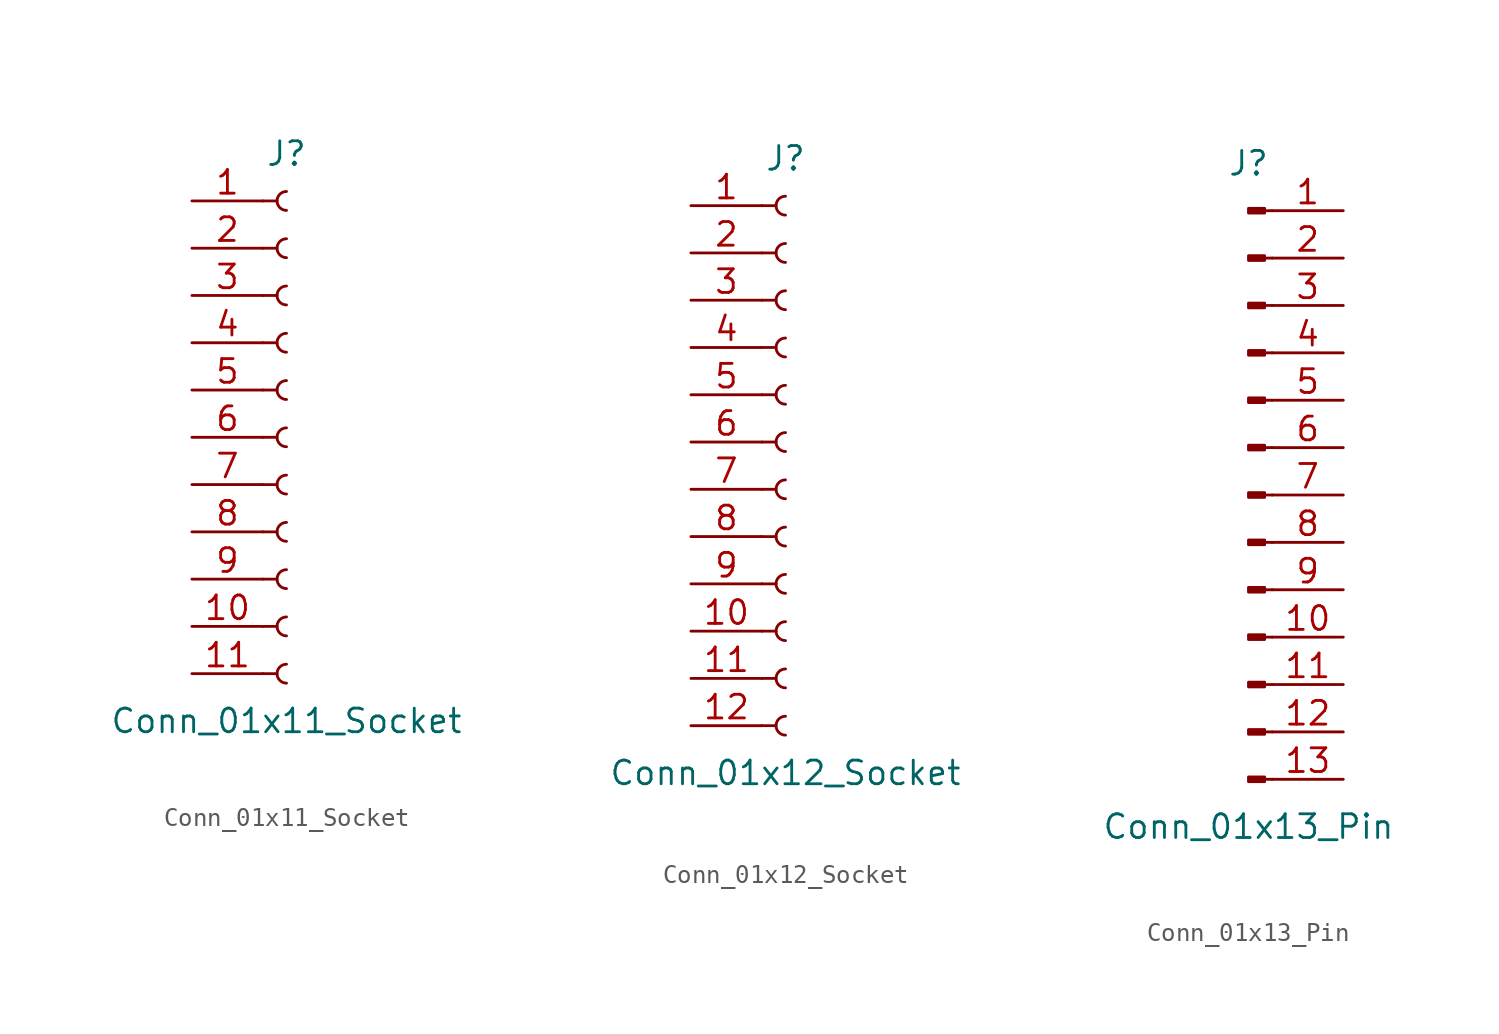
<source format=kicad_sym>
(kicad_symbol_lib
  (version 20220914)
  (generator kicad_symbol_editor)
  (symbol "Conn_01x11_Socket"
    (pin_names
      (offset 1.016) hide)
    (property "Reference" "J"
      (at 0 15.24 0)
      (effects (font (size 1.27 1.27))))
    (property "Value" "Conn_01x11_Socket"
      (at 0 -15.24 0)
      (effects (font (size 1.27 1.27))))
    (property "ki_locked" ""
      (at 0 0 0)
      (effects (font (size 1.27 1.27))))
    (symbol "Conn_01x11_Socket_1_1"
      (arc (start 0 -12.192) (mid -0.5058 -12.7) (end 0 -13.208) (stroke (width 0.1524) (type default)) (fill (type none)))
      (arc (start 0 -9.652) (mid -0.5058 -10.16) (end 0 -10.668) (stroke (width 0.1524) (type default)) (fill (type none)))
      (arc (start 0 -7.112) (mid -0.5058 -7.62) (end 0 -8.128) (stroke (width 0.1524) (type default)) (fill (type none)))
      (arc (start 0 -4.572) (mid -0.5058 -5.08) (end 0 -5.588) (stroke (width 0.1524) (type default)) (fill (type none)))
      (arc (start 0 -2.032) (mid -0.5058 -2.54) (end 0 -3.048) (stroke (width 0.1524) (type default)) (fill (type none)))
      (polyline (pts (xy -1.27 -12.7) (xy -0.508 -12.7)) (stroke (width 0.152) (type default)) (fill (type none)))
      (polyline (pts (xy -1.27 -10.16) (xy -0.508 -10.16)) (stroke (width 0.152) (type default)) (fill (type none)))
      (polyline (pts (xy -1.27 -7.62) (xy -0.508 -7.62)) (stroke (width 0.152) (type default)) (fill (type none)))
      (polyline (pts (xy -1.27 -5.08) (xy -0.508 -5.08)) (stroke (width 0.152) (type default)) (fill (type none)))
      (polyline (pts (xy -1.27 -2.54) (xy -0.508 -2.54)) (stroke (width 0.152) (type default)) (fill (type none)))
      (polyline (pts (xy -1.27 0) (xy -0.508 0)) (stroke (width 0.152) (type default)) (fill (type none)))
      (polyline (pts (xy -1.27 2.54) (xy -0.508 2.54)) (stroke (width 0.152) (type default)) (fill (type none)))
      (polyline (pts (xy -1.27 5.08) (xy -0.508 5.08)) (stroke (width 0.152) (type default)) (fill (type none)))
      (polyline (pts (xy -1.27 7.62) (xy -0.508 7.62)) (stroke (width 0.152) (type default)) (fill (type none)))
      (polyline (pts (xy -1.27 10.16) (xy -0.508 10.16)) (stroke (width 0.152) (type default)) (fill (type none)))
      (polyline (pts (xy -1.27 12.7) (xy -0.508 12.7)) (stroke (width 0.152) (type default)) (fill (type none)))
      (arc (start 0 0.508) (mid -0.5058 0) (end 0 -0.508) (stroke (width 0.1524) (type default)) (fill (type none)))
      (arc (start 0 3.048) (mid -0.5058 2.54) (end 0 2.032) (stroke (width 0.1524) (type default)) (fill (type none)))
      (arc (start 0 5.588) (mid -0.5058 5.08) (end 0 4.572) (stroke (width 0.1524) (type default)) (fill (type none)))
      (arc (start 0 8.128) (mid -0.5058 7.62) (end 0 7.112) (stroke (width 0.1524) (type default)) (fill (type none)))
      (arc (start 0 10.668) (mid -0.5058 10.16) (end 0 9.652) (stroke (width 0.1524) (type default)) (fill (type none)))
      (arc (start 0 13.208) (mid -0.5058 12.7) (end 0 12.192) (stroke (width 0.1524) (type default)) (fill (type none)))
      (pin passive line (at -5.08 12.7 0) (length 3.81) (name "Pin_1" (effects (font (size 1.27 1.27)))) (number "1" (effects (font (size 1.27 1.27)))))
      (pin passive line (at -5.08 -10.16 0) (length 3.81) (name "Pin_10" (effects (font (size 1.27 1.27)))) (number "10" (effects (font (size 1.27 1.27)))))
      (pin passive line (at -5.08 -12.7 0) (length 3.81) (name "Pin_11" (effects (font (size 1.27 1.27)))) (number "11" (effects (font (size 1.27 1.27)))))
      (pin passive line (at -5.08 10.16 0) (length 3.81) (name "Pin_2" (effects (font (size 1.27 1.27)))) (number "2" (effects (font (size 1.27 1.27)))))
      (pin passive line (at -5.08 7.62 0) (length 3.81) (name "Pin_3" (effects (font (size 1.27 1.27)))) (number "3" (effects (font (size 1.27 1.27)))))
      (pin passive line (at -5.08 5.08 0) (length 3.81) (name "Pin_4" (effects (font (size 1.27 1.27)))) (number "4" (effects (font (size 1.27 1.27)))))
      (pin passive line (at -5.08 2.54 0) (length 3.81) (name "Pin_5" (effects (font (size 1.27 1.27)))) (number "5" (effects (font (size 1.27 1.27)))))
      (pin passive line (at -5.08 0 0) (length 3.81) (name "Pin_6" (effects (font (size 1.27 1.27)))) (number "6" (effects (font (size 1.27 1.27)))))
      (pin passive line (at -5.08 -2.54 0) (length 3.81) (name "Pin_7" (effects (font (size 1.27 1.27)))) (number "7" (effects (font (size 1.27 1.27)))))
      (pin passive line (at -5.08 -5.08 0) (length 3.81) (name "Pin_8" (effects (font (size 1.27 1.27)))) (number "8" (effects (font (size 1.27 1.27)))))
      (pin passive line (at -5.08 -7.62 0) (length 3.81) (name "Pin_9" (effects (font (size 1.27 1.27)))) (number "9" (effects (font (size 1.27 1.27)))))))
  (symbol "Conn_01x12_Socket"
    (pin_names
      (offset 1.016) hide)
    (property "Reference" "J"
      (at 0 15.24 0)
      (effects (font (size 1.27 1.27))))
    (property "Value" "Conn_01x12_Socket"
      (at 0 -17.78 0)
      (effects (font (size 1.27 1.27))))
    (property "ki_locked" ""
      (at 0 0 0)
      (effects (font (size 1.27 1.27))))
    (symbol "Conn_01x12_Socket_1_1"
      (arc (start 0 -14.732) (mid -0.5058 -15.24) (end 0 -15.748) (stroke (width 0.1524) (type default)) (fill (type none)))
      (arc (start 0 -12.192) (mid -0.5058 -12.7) (end 0 -13.208) (stroke (width 0.1524) (type default)) (fill (type none)))
      (arc (start 0 -9.652) (mid -0.5058 -10.16) (end 0 -10.668) (stroke (width 0.1524) (type default)) (fill (type none)))
      (arc (start 0 -7.112) (mid -0.5058 -7.62) (end 0 -8.128) (stroke (width 0.1524) (type default)) (fill (type none)))
      (arc (start 0 -4.572) (mid -0.5058 -5.08) (end 0 -5.588) (stroke (width 0.1524) (type default)) (fill (type none)))
      (arc (start 0 -2.032) (mid -0.5058 -2.54) (end 0 -3.048) (stroke (width 0.1524) (type default)) (fill (type none)))
      (polyline (pts (xy -1.27 -15.24) (xy -0.508 -15.24)) (stroke (width 0.152) (type default)) (fill (type none)))
      (polyline (pts (xy -1.27 -12.7) (xy -0.508 -12.7)) (stroke (width 0.152) (type default)) (fill (type none)))
      (polyline (pts (xy -1.27 -10.16) (xy -0.508 -10.16)) (stroke (width 0.152) (type default)) (fill (type none)))
      (polyline (pts (xy -1.27 -7.62) (xy -0.508 -7.62)) (stroke (width 0.152) (type default)) (fill (type none)))
      (polyline (pts (xy -1.27 -5.08) (xy -0.508 -5.08)) (stroke (width 0.152) (type default)) (fill (type none)))
      (polyline (pts (xy -1.27 -2.54) (xy -0.508 -2.54)) (stroke (width 0.152) (type default)) (fill (type none)))
      (polyline (pts (xy -1.27 0) (xy -0.508 0)) (stroke (width 0.152) (type default)) (fill (type none)))
      (polyline (pts (xy -1.27 2.54) (xy -0.508 2.54)) (stroke (width 0.152) (type default)) (fill (type none)))
      (polyline (pts (xy -1.27 5.08) (xy -0.508 5.08)) (stroke (width 0.152) (type default)) (fill (type none)))
      (polyline (pts (xy -1.27 7.62) (xy -0.508 7.62)) (stroke (width 0.152) (type default)) (fill (type none)))
      (polyline (pts (xy -1.27 10.16) (xy -0.508 10.16)) (stroke (width 0.152) (type default)) (fill (type none)))
      (polyline (pts (xy -1.27 12.7) (xy -0.508 12.7)) (stroke (width 0.152) (type default)) (fill (type none)))
      (arc (start 0 0.508) (mid -0.5058 0) (end 0 -0.508) (stroke (width 0.1524) (type default)) (fill (type none)))
      (arc (start 0 3.048) (mid -0.5058 2.54) (end 0 2.032) (stroke (width 0.1524) (type default)) (fill (type none)))
      (arc (start 0 5.588) (mid -0.5058 5.08) (end 0 4.572) (stroke (width 0.1524) (type default)) (fill (type none)))
      (arc (start 0 8.128) (mid -0.5058 7.62) (end 0 7.112) (stroke (width 0.1524) (type default)) (fill (type none)))
      (arc (start 0 10.668) (mid -0.5058 10.16) (end 0 9.652) (stroke (width 0.1524) (type default)) (fill (type none)))
      (arc (start 0 13.208) (mid -0.5058 12.7) (end 0 12.192) (stroke (width 0.1524) (type default)) (fill (type none)))
      (pin passive line (at -5.08 12.7 0) (length 3.81) (name "Pin_1" (effects (font (size 1.27 1.27)))) (number "1" (effects (font (size 1.27 1.27)))))
      (pin passive line (at -5.08 -10.16 0) (length 3.81) (name "Pin_10" (effects (font (size 1.27 1.27)))) (number "10" (effects (font (size 1.27 1.27)))))
      (pin passive line (at -5.08 -12.7 0) (length 3.81) (name "Pin_11" (effects (font (size 1.27 1.27)))) (number "11" (effects (font (size 1.27 1.27)))))
      (pin passive line (at -5.08 -15.24 0) (length 3.81) (name "Pin_12" (effects (font (size 1.27 1.27)))) (number "12" (effects (font (size 1.27 1.27)))))
      (pin passive line (at -5.08 10.16 0) (length 3.81) (name "Pin_2" (effects (font (size 1.27 1.27)))) (number "2" (effects (font (size 1.27 1.27)))))
      (pin passive line (at -5.08 7.62 0) (length 3.81) (name "Pin_3" (effects (font (size 1.27 1.27)))) (number "3" (effects (font (size 1.27 1.27)))))
      (pin passive line (at -5.08 5.08 0) (length 3.81) (name "Pin_4" (effects (font (size 1.27 1.27)))) (number "4" (effects (font (size 1.27 1.27)))))
      (pin passive line (at -5.08 2.54 0) (length 3.81) (name "Pin_5" (effects (font (size 1.27 1.27)))) (number "5" (effects (font (size 1.27 1.27)))))
      (pin passive line (at -5.08 0 0) (length 3.81) (name "Pin_6" (effects (font (size 1.27 1.27)))) (number "6" (effects (font (size 1.27 1.27)))))
      (pin passive line (at -5.08 -2.54 0) (length 3.81) (name "Pin_7" (effects (font (size 1.27 1.27)))) (number "7" (effects (font (size 1.27 1.27)))))
      (pin passive line (at -5.08 -5.08 0) (length 3.81) (name "Pin_8" (effects (font (size 1.27 1.27)))) (number "8" (effects (font (size 1.27 1.27)))))
      (pin passive line (at -5.08 -7.62 0) (length 3.81) (name "Pin_9" (effects (font (size 1.27 1.27)))) (number "9" (effects (font (size 1.27 1.27)))))))
  (symbol "Conn_01x13_Pin"
    (pin_names
      (offset 1.016) hide)
    (property "Reference" "J"
      (at 0 17.78 0)
      (effects (font (size 1.27 1.27))))
    (property "Value" "Conn_01x13_Pin"
      (at 0 -17.78 0)
      (effects (font (size 1.27 1.27))))
    (property "ki_locked" ""
      (at 0 0 0)
      (effects (font (size 1.27 1.27))))
    (symbol "Conn_01x13_Pin_1_1"
      (polyline (pts (xy 1.27 -15.24) (xy 0.864 -15.24)) (stroke (width 0.152) (type default)) (fill (type none)))
      (polyline (pts (xy 1.27 -12.7) (xy 0.864 -12.7)) (stroke (width 0.152) (type default)) (fill (type none)))
      (polyline (pts (xy 1.27 -10.16) (xy 0.864 -10.16)) (stroke (width 0.152) (type default)) (fill (type none)))
      (polyline (pts (xy 1.27 -7.62) (xy 0.864 -7.62)) (stroke (width 0.152) (type default)) (fill (type none)))
      (polyline (pts (xy 1.27 -5.08) (xy 0.864 -5.08)) (stroke (width 0.152) (type default)) (fill (type none)))
      (polyline (pts (xy 1.27 -2.54) (xy 0.864 -2.54)) (stroke (width 0.152) (type default)) (fill (type none)))
      (polyline (pts (xy 1.27 0) (xy 0.864 0)) (stroke (width 0.152) (type default)) (fill (type none)))
      (polyline (pts (xy 1.27 2.54) (xy 0.864 2.54)) (stroke (width 0.152) (type default)) (fill (type none)))
      (polyline (pts (xy 1.27 5.08) (xy 0.864 5.08)) (stroke (width 0.152) (type default)) (fill (type none)))
      (polyline (pts (xy 1.27 7.62) (xy 0.864 7.62)) (stroke (width 0.152) (type default)) (fill (type none)))
      (polyline (pts (xy 1.27 10.16) (xy 0.864 10.16)) (stroke (width 0.152) (type default)) (fill (type none)))
      (polyline (pts (xy 1.27 12.7) (xy 0.864 12.7)) (stroke (width 0.152) (type default)) (fill (type none)))
      (polyline (pts (xy 1.27 15.24) (xy 0.864 15.24)) (stroke (width 0.152) (type default)) (fill (type none)))
      (rectangle (start 0.864 -15.113) (end 0 -15.367) (stroke (width 0.152) (type default)) (fill (type outline)))
      (rectangle (start 0.864 -12.573) (end 0 -12.827) (stroke (width 0.152) (type default)) (fill (type outline)))
      (rectangle (start 0.864 -10.033) (end 0 -10.287) (stroke (width 0.152) (type default)) (fill (type outline)))
      (rectangle (start 0.864 -7.493) (end 0 -7.747) (stroke (width 0.152) (type default)) (fill (type outline)))
      (rectangle (start 0.864 -4.953) (end 0 -5.207) (stroke (width 0.152) (type default)) (fill (type outline)))
      (rectangle (start 0.864 -2.413) (end 0 -2.667) (stroke (width 0.152) (type default)) (fill (type outline)))
      (rectangle (start 0.864 0.127) (end 0 -0.127) (stroke (width 0.152) (type default)) (fill (type outline)))
      (rectangle (start 0.864 2.667) (end 0 2.413) (stroke (width 0.152) (type default)) (fill (type outline)))
      (rectangle (start 0.864 5.207) (end 0 4.953) (stroke (width 0.152) (type default)) (fill (type outline)))
      (rectangle (start 0.864 7.747) (end 0 7.493) (stroke (width 0.152) (type default)) (fill (type outline)))
      (rectangle (start 0.864 10.287) (end 0 10.033) (stroke (width 0.152) (type default)) (fill (type outline)))
      (rectangle (start 0.864 12.827) (end 0 12.573) (stroke (width 0.152) (type default)) (fill (type outline)))
      (rectangle (start 0.864 15.367) (end 0 15.113) (stroke (width 0.152) (type default)) (fill (type outline)))
      (pin passive line (at 5.08 15.24 180) (length 3.81) (name "Pin_1" (effects (font (size 1.27 1.27)))) (number "1" (effects (font (size 1.27 1.27)))))
      (pin passive line (at 5.08 -7.62 180) (length 3.81) (name "Pin_10" (effects (font (size 1.27 1.27)))) (number "10" (effects (font (size 1.27 1.27)))))
      (pin passive line (at 5.08 -10.16 180) (length 3.81) (name "Pin_11" (effects (font (size 1.27 1.27)))) (number "11" (effects (font (size 1.27 1.27)))))
      (pin passive line (at 5.08 -12.7 180) (length 3.81) (name "Pin_12" (effects (font (size 1.27 1.27)))) (number "12" (effects (font (size 1.27 1.27)))))
      (pin passive line (at 5.08 -15.24 180) (length 3.81) (name "Pin_13" (effects (font (size 1.27 1.27)))) (number "13" (effects (font (size 1.27 1.27)))))
      (pin passive line (at 5.08 12.7 180) (length 3.81) (name "Pin_2" (effects (font (size 1.27 1.27)))) (number "2" (effects (font (size 1.27 1.27)))))
      (pin passive line (at 5.08 10.16 180) (length 3.81) (name "Pin_3" (effects (font (size 1.27 1.27)))) (number "3" (effects (font (size 1.27 1.27)))))
      (pin passive line (at 5.08 7.62 180) (length 3.81) (name "Pin_4" (effects (font (size 1.27 1.27)))) (number "4" (effects (font (size 1.27 1.27)))))
      (pin passive line (at 5.08 5.08 180) (length 3.81) (name "Pin_5" (effects (font (size 1.27 1.27)))) (number "5" (effects (font (size 1.27 1.27)))))
      (pin passive line (at 5.08 2.54 180) (length 3.81) (name "Pin_6" (effects (font (size 1.27 1.27)))) (number "6" (effects (font (size 1.27 1.27)))))
      (pin passive line (at 5.08 0 180) (length 3.81) (name "Pin_7" (effects (font (size 1.27 1.27)))) (number "7" (effects (font (size 1.27 1.27)))))
      (pin passive line (at 5.08 -2.54 180) (length 3.81) (name "Pin_8" (effects (font (size 1.27 1.27)))) (number "8" (effects (font (size 1.27 1.27)))))
      (pin passive line (at 5.08 -5.08 180) (length 3.81) (name "Pin_9" (effects (font (size 1.27 1.27)))) (number "9" (effects (font (size 1.27 1.27))))))))
</source>
